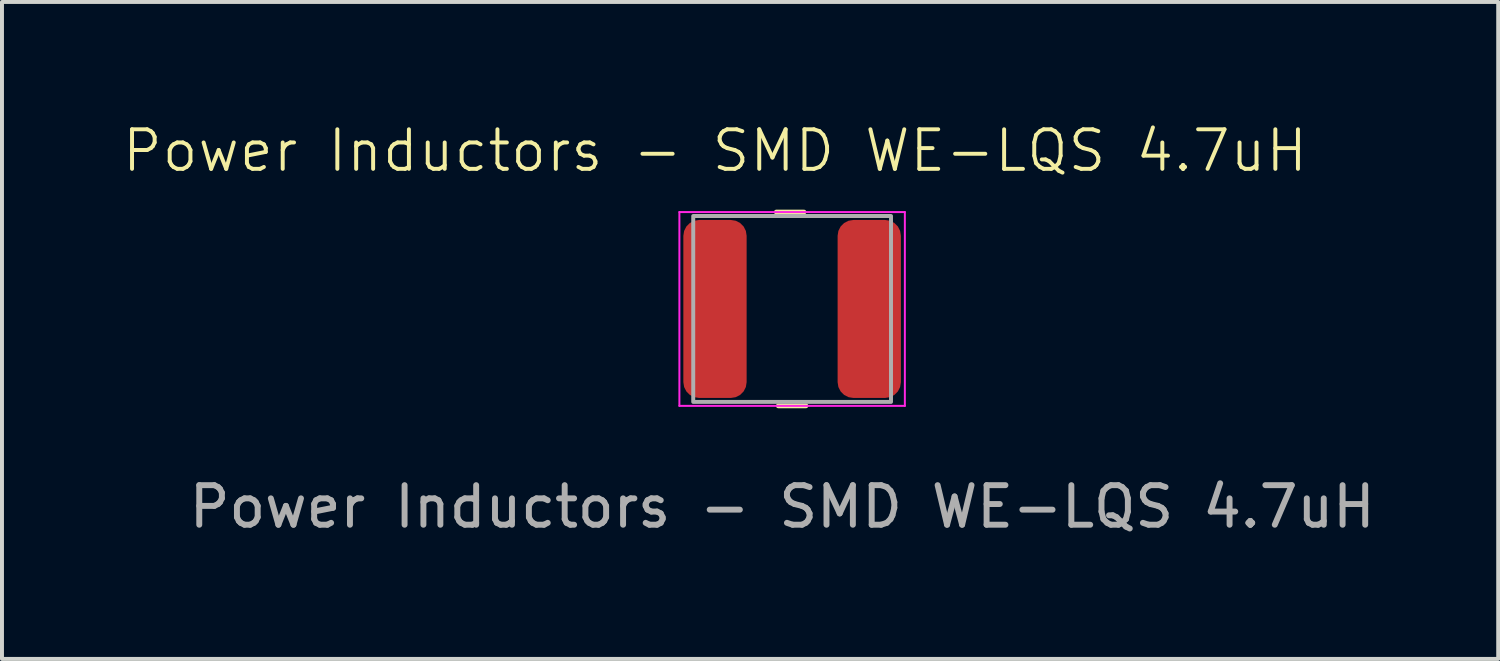
<source format=kicad_pcb>
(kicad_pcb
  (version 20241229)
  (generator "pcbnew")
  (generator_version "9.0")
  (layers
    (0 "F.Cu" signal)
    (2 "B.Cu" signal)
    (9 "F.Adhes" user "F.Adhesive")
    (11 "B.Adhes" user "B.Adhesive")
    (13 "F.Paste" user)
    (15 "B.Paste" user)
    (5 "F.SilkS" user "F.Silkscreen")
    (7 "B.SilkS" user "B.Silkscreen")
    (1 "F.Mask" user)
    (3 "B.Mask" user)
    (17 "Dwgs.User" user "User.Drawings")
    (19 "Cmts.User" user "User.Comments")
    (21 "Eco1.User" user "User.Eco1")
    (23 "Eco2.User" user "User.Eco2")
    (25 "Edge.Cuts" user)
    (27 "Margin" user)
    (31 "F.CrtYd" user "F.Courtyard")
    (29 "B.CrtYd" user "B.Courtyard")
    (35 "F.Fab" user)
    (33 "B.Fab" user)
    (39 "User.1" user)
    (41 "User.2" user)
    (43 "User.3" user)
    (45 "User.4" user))
  (footprint "Power Inductors - SMD WE-LQS 4.7uH"
    (layer "F.Cu")
    (at 15.026 4.761)
    (property "Reference" "Power Inductors - SMD WE-LQS 4.7uH" (at 0 -4 0) (unlocked yes) (layer "F.SilkS") (effects (font (size 1 1) (thickness 0.1))))
    (attr smd)
    (fp_line (start 1.55 -2.45) (end 2.25 -2.45) (stroke (width 0.12) (type solid)) (layer "F.SilkS"))
    (fp_line (start 1.6 2.45) (end 2.3 2.45) (stroke (width 0.12) (type solid)) (layer "F.SilkS"))
    (fp_line (start -0.9 -2.45) (end 4.8 -2.45) (stroke (width 0.05) (type solid)) (layer "F.CrtYd"))
    (fp_line (start -0.9 2.45) (end -0.9 -2.45) (stroke (width 0.05) (type solid)) (layer "F.CrtYd"))
    (fp_line (start -0.9 2.45) (end 4.8 2.45) (stroke (width 0.05) (type solid)) (layer "F.CrtYd"))
    (fp_line (start 4.8 -2.45) (end 4.8 2.45) (stroke (width 0.05) (type solid)) (layer "F.CrtYd"))
    (fp_rect (start -0.55 -2.35) (end 4.45 2.35) (stroke (width 0.1) (type default)) (fill no) (layer "F.Fab"))
    (fp_text user "${REFERENCE}" (at 1.7 5 0) (unlocked yes) (layer "F.Fab") (effects (font (size 1 1) (thickness 0.15))))
    (pad "1" smd roundrect (at 0 0) (size 1.6 4.5) (layers "F.Cu" "F.Mask" "F.Paste") (roundrect_rratio 0.25))
    (pad "2" smd roundrect (at 3.9 0) (size 1.6 4.5) (layers "F.Cu" "F.Mask" "F.Paste") (roundrect_rratio 0.25)))
  (gr_rect
    (start -3 -3)
    (end 34.827 13.609)
    (stroke (width 0.1) (type default))
    (fill no)
    (layer "Edge.Cuts")))
</source>
